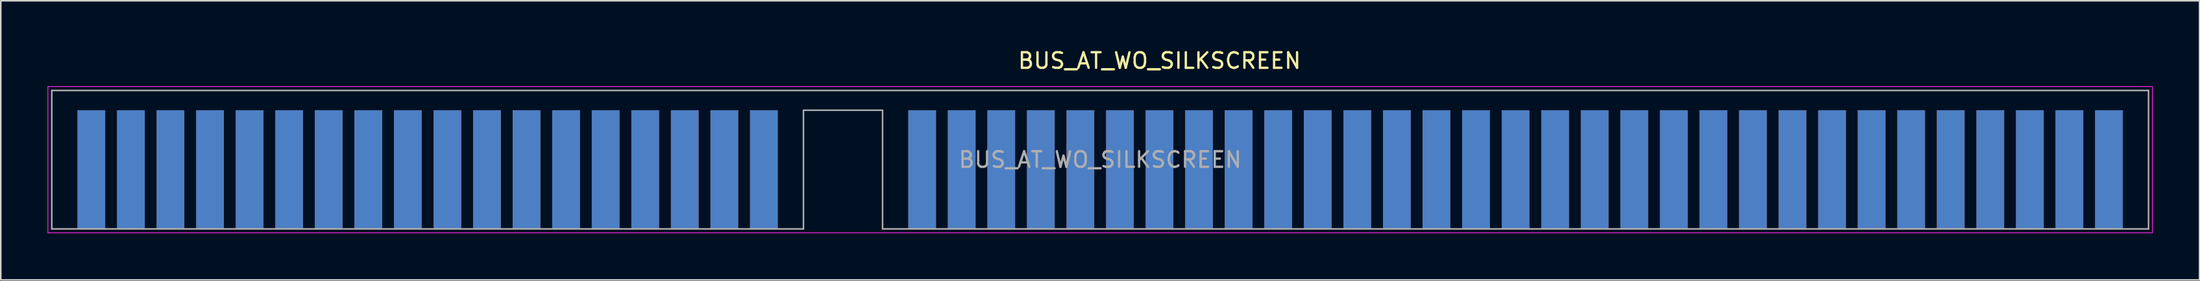
<source format=kicad_pcb>
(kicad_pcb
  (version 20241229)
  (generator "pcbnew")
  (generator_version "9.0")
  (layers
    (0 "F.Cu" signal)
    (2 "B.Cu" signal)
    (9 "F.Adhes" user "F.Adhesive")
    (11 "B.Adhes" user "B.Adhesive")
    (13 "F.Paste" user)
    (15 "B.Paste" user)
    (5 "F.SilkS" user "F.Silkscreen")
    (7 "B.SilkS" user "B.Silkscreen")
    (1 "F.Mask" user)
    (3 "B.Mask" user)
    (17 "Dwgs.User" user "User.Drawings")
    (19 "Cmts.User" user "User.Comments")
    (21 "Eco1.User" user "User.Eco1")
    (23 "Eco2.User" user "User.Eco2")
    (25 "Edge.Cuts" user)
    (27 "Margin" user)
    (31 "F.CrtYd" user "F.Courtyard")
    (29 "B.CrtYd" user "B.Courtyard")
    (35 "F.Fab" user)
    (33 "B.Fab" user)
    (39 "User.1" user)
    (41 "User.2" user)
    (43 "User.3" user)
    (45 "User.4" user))
  (footprint "BUS_AT_WO_SILKSCREEN"
    (layer "F.Cu")
    (at 132.355 7.838)
    (property "Reference" "BUS_AT_WO_SILKSCREEN" (at -60.96 -6.99 0) (layer "F.SilkS") (effects (font (size 1 1) (thickness 0.15))))
    (attr exclude_from_pos_files exclude_from_bom)
    (fp_line (start -132.33 -5.33) (end -132.33 4.06) (stroke (width 0.05) (type solid)) (layer "F.CrtYd"))
    (fp_line (start -132.33 -5.33) (end 2.79 -5.33) (stroke (width 0.05) (type solid)) (layer "F.CrtYd"))
    (fp_line (start 2.79 4.06) (end -132.33 4.06) (stroke (width 0.05) (type solid)) (layer "F.CrtYd"))
    (fp_line (start 2.79 4.06) (end 2.79 -5.33) (stroke (width 0.05) (type solid)) (layer "F.CrtYd"))
    (fp_line (start -132.08 -5.08) (end 2.54 -5.08) (stroke (width 0.1) (type solid)) (layer "F.Fab"))
    (fp_line (start -132.08 3.81) (end -132.08 -5.08) (stroke (width 0.1) (type solid)) (layer "F.Fab"))
    (fp_line (start -83.82 -3.81) (end -83.82 3.81) (stroke (width 0.1) (type solid)) (layer "F.Fab"))
    (fp_line (start -83.82 3.81) (end -132.08 3.81) (stroke (width 0.1) (type solid)) (layer "F.Fab"))
    (fp_line (start -78.74 -3.81) (end -83.82 -3.81) (stroke (width 0.1) (type solid)) (layer "F.Fab"))
    (fp_line (start -78.74 3.81) (end -78.74 -3.81) (stroke (width 0.1) (type solid)) (layer "F.Fab"))
    (fp_line (start 2.54 -5.08) (end 2.54 3.81) (stroke (width 0.1) (type solid)) (layer "F.Fab"))
    (fp_line (start 2.54 3.81) (end -78.74 3.81) (stroke (width 0.1) (type solid)) (layer "F.Fab"))
    (fp_text user "${REFERENCE}" (at -64.77 -0.635 0) (layer "F.Fab") (effects (font (size 1 1) (thickness 0.15))))
    (pad "1" connect rect (at 0 0) (size 1.78 7.62) (layers "B.Cu" "B.Mask"))
    (pad "2" connect rect (at -2.54 0) (size 1.78 7.62) (layers "B.Cu" "B.Mask"))
    (pad "3" connect rect (at -5.08 0) (size 1.78 7.62) (layers "B.Cu" "B.Mask"))
    (pad "4" connect rect (at -7.62 0) (size 1.78 7.62) (layers "B.Cu" "B.Mask"))
    (pad "5" connect rect (at -10.16 0) (size 1.78 7.62) (layers "B.Cu" "B.Mask"))
    (pad "6" connect rect (at -12.7 0) (size 1.78 7.62) (layers "B.Cu" "B.Mask"))
    (pad "7" connect rect (at -15.24 0) (size 1.78 7.62) (layers "B.Cu" "B.Mask"))
    (pad "8" connect rect (at -17.78 0) (size 1.78 7.62) (layers "B.Cu" "B.Mask"))
    (pad "9" connect rect (at -20.32 0) (size 1.78 7.62) (layers "B.Cu" "B.Mask"))
    (pad "10" connect rect (at -22.86 0) (size 1.78 7.62) (layers "B.Cu" "B.Mask"))
    (pad "11" connect rect (at -25.4 0) (size 1.78 7.62) (layers "B.Cu" "B.Mask"))
    (pad "12" connect rect (at -27.94 0) (size 1.78 7.62) (layers "B.Cu" "B.Mask"))
    (pad "13" connect rect (at -30.48 0) (size 1.78 7.62) (layers "B.Cu" "B.Mask"))
    (pad "14" connect rect (at -33.02 0) (size 1.78 7.62) (layers "B.Cu" "B.Mask"))
    (pad "15" connect rect (at -35.56 0) (size 1.78 7.62) (layers "B.Cu" "B.Mask"))
    (pad "16" connect rect (at -38.1 0) (size 1.78 7.62) (layers "B.Cu" "B.Mask"))
    (pad "17" connect rect (at -40.64 0) (size 1.78 7.62) (layers "B.Cu" "B.Mask"))
    (pad "18" connect rect (at -43.18 0) (size 1.78 7.62) (layers "B.Cu" "B.Mask"))
    (pad "19" connect rect (at -45.72 0) (size 1.78 7.62) (layers "B.Cu" "B.Mask"))
    (pad "20" connect rect (at -48.26 0) (size 1.78 7.62) (layers "B.Cu" "B.Mask"))
    (pad "21" connect rect (at -50.8 0) (size 1.78 7.62) (layers "B.Cu" "B.Mask"))
    (pad "22" connect rect (at -53.34 0) (size 1.78 7.62) (layers "B.Cu" "B.Mask"))
    (pad "23" connect rect (at -55.88 0) (size 1.78 7.62) (layers "B.Cu" "B.Mask"))
    (pad "24" connect rect (at -58.42 0) (size 1.78 7.62) (layers "B.Cu" "B.Mask"))
    (pad "25" connect rect (at -60.96 0) (size 1.78 7.62) (layers "B.Cu" "B.Mask"))
    (pad "26" connect rect (at -63.5 0) (size 1.78 7.62) (layers "B.Cu" "B.Mask"))
    (pad "27" connect rect (at -66.04 0) (size 1.78 7.62) (layers "B.Cu" "B.Mask"))
    (pad "28" connect rect (at -68.58 0) (size 1.78 7.62) (layers "B.Cu" "B.Mask"))
    (pad "29" connect rect (at -71.12 0) (size 1.78 7.62) (layers "B.Cu" "B.Mask"))
    (pad "30" connect rect (at -73.66 0) (size 1.78 7.62) (layers "B.Cu" "B.Mask"))
    (pad "31" connect rect (at -76.2 0) (size 1.78 7.62) (layers "B.Cu" "B.Mask"))
    (pad "32" connect rect (at 0 0) (size 1.78 7.62) (layers "F.Cu" "F.Mask"))
    (pad "33" connect rect (at -2.54 0) (size 1.78 7.62) (layers "F.Cu" "F.Mask"))
    (pad "34" connect rect (at -5.08 0) (size 1.78 7.62) (layers "F.Cu" "F.Mask"))
    (pad "35" connect rect (at -7.62 0) (size 1.78 7.62) (layers "F.Cu" "F.Mask"))
    (pad "36" connect rect (at -10.16 0) (size 1.78 7.62) (layers "F.Cu" "F.Mask"))
    (pad "37" connect rect (at -12.7 0) (size 1.78 7.62) (layers "F.Cu" "F.Mask"))
    (pad "38" connect rect (at -15.24 0) (size 1.78 7.62) (layers "F.Cu" "F.Mask"))
    (pad "39" connect rect (at -17.78 0) (size 1.78 7.62) (layers "F.Cu" "F.Mask"))
    (pad "40" connect rect (at -20.32 0) (size 1.78 7.62) (layers "F.Cu" "F.Mask"))
    (pad "41" connect rect (at -22.86 0) (size 1.78 7.62) (layers "F.Cu" "F.Mask"))
    (pad "42" connect rect (at -25.4 0) (size 1.78 7.62) (layers "F.Cu" "F.Mask"))
    (pad "43" connect rect (at -27.94 0) (size 1.78 7.62) (layers "F.Cu" "F.Mask"))
    (pad "44" connect rect (at -30.48 0) (size 1.78 7.62) (layers "F.Cu" "F.Mask"))
    (pad "45" connect rect (at -33.02 0) (size 1.78 7.62) (layers "F.Cu" "F.Mask"))
    (pad "46" connect rect (at -35.56 0) (size 1.78 7.62) (layers "F.Cu" "F.Mask"))
    (pad "47" connect rect (at -38.1 0) (size 1.78 7.62) (layers "F.Cu" "F.Mask"))
    (pad "48" connect rect (at -40.64 0) (size 1.78 7.62) (layers "F.Cu" "F.Mask"))
    (pad "49" connect rect (at -43.18 0) (size 1.78 7.62) (layers "F.Cu" "F.Mask"))
    (pad "50" connect rect (at -45.72 0) (size 1.78 7.62) (layers "F.Cu" "F.Mask"))
    (pad "51" connect rect (at -48.26 0) (size 1.78 7.62) (layers "F.Cu" "F.Mask"))
    (pad "52" connect rect (at -50.8 0) (size 1.78 7.62) (layers "F.Cu" "F.Mask"))
    (pad "53" connect rect (at -53.34 0) (size 1.78 7.62) (layers "F.Cu" "F.Mask"))
    (pad "54" connect rect (at -55.88 0) (size 1.78 7.62) (layers "F.Cu" "F.Mask"))
    (pad "55" connect rect (at -58.42 0) (size 1.78 7.62) (layers "F.Cu" "F.Mask"))
    (pad "56" connect rect (at -60.96 0) (size 1.78 7.62) (layers "F.Cu" "F.Mask"))
    (pad "57" connect rect (at -63.5 0) (size 1.78 7.62) (layers "F.Cu" "F.Mask"))
    (pad "58" connect rect (at -66.04 0) (size 1.78 7.62) (layers "F.Cu" "F.Mask"))
    (pad "59" connect rect (at -68.58 0) (size 1.78 7.62) (layers "F.Cu" "F.Mask"))
    (pad "60" connect rect (at -71.12 0) (size 1.78 7.62) (layers "F.Cu" "F.Mask"))
    (pad "61" connect rect (at -73.66 0) (size 1.78 7.62) (layers "F.Cu" "F.Mask"))
    (pad "62" connect rect (at -76.2 0) (size 1.78 7.62) (layers "F.Cu" "F.Mask"))
    (pad "63" connect rect (at -86.36 0) (size 1.78 7.62) (layers "B.Cu" "B.Mask"))
    (pad "64" connect rect (at -88.9 0) (size 1.78 7.62) (layers "B.Cu" "B.Mask"))
    (pad "65" connect rect (at -91.44 0) (size 1.78 7.62) (layers "B.Cu" "B.Mask"))
    (pad "66" connect rect (at -93.98 0) (size 1.78 7.62) (layers "B.Cu" "B.Mask"))
    (pad "67" connect rect (at -96.52 0) (size 1.78 7.62) (layers "B.Cu" "B.Mask"))
    (pad "68" connect rect (at -99.06 0) (size 1.78 7.62) (layers "B.Cu" "B.Mask"))
    (pad "69" connect rect (at -101.6 0) (size 1.78 7.62) (layers "B.Cu" "B.Mask"))
    (pad "70" connect rect (at -104.14 0) (size 1.78 7.62) (layers "B.Cu" "B.Mask"))
    (pad "71" connect rect (at -106.68 0) (size 1.78 7.62) (layers "B.Cu" "B.Mask"))
    (pad "72" connect rect (at -109.22 0) (size 1.78 7.62) (layers "B.Cu" "B.Mask"))
    (pad "73" connect rect (at -111.76 0) (size 1.78 7.62) (layers "B.Cu" "B.Mask"))
    (pad "74" connect rect (at -114.3 0) (size 1.78 7.62) (layers "B.Cu" "B.Mask"))
    (pad "75" connect rect (at -116.84 0) (size 1.78 7.62) (layers "B.Cu" "B.Mask"))
    (pad "76" connect rect (at -119.38 0) (size 1.78 7.62) (layers "B.Cu" "B.Mask"))
    (pad "77" connect rect (at -121.92 0) (size 1.78 7.62) (layers "B.Cu" "B.Mask"))
    (pad "78" connect rect (at -124.46 0) (size 1.78 7.62) (layers "B.Cu" "B.Mask"))
    (pad "79" connect rect (at -127 0) (size 1.78 7.62) (layers "B.Cu" "B.Mask"))
    (pad "80" connect rect (at -129.54 0) (size 1.78 7.62) (layers "B.Cu" "B.Mask"))
    (pad "81" connect rect (at -86.36 0) (size 1.78 7.62) (layers "F.Cu" "F.Mask"))
    (pad "82" connect rect (at -88.9 0) (size 1.78 7.62) (layers "F.Cu" "F.Mask"))
    (pad "83" connect rect (at -91.44 0) (size 1.78 7.62) (layers "F.Cu" "F.Mask"))
    (pad "84" connect rect (at -93.98 0) (size 1.78 7.62) (layers "F.Cu" "F.Mask"))
    (pad "85" connect rect (at -96.52 0) (size 1.78 7.62) (layers "F.Cu" "F.Mask"))
    (pad "86" connect rect (at -99.06 0) (size 1.78 7.62) (layers "F.Cu" "F.Mask"))
    (pad "87" connect rect (at -101.6 0) (size 1.78 7.62) (layers "F.Cu" "F.Mask"))
    (pad "88" connect rect (at -104.14 0) (size 1.78 7.62) (layers "F.Cu" "F.Mask"))
    (pad "89" connect rect (at -106.68 0) (size 1.78 7.62) (layers "F.Cu" "F.Mask"))
    (pad "90" connect rect (at -109.22 0) (size 1.78 7.62) (layers "F.Cu" "F.Mask"))
    (pad "91" connect rect (at -111.76 0) (size 1.78 7.62) (layers "F.Cu" "F.Mask"))
    (pad "92" connect rect (at -114.3 0) (size 1.78 7.62) (layers "F.Cu" "F.Mask"))
    (pad "93" connect rect (at -116.84 0) (size 1.78 7.62) (layers "F.Cu" "F.Mask"))
    (pad "94" connect rect (at -119.38 0) (size 1.78 7.62) (layers "F.Cu" "F.Mask"))
    (pad "95" connect rect (at -121.92 0) (size 1.78 7.62) (layers "F.Cu" "F.Mask"))
    (pad "96" connect rect (at -124.46 0) (size 1.78 7.62) (layers "F.Cu" "F.Mask"))
    (pad "97" connect rect (at -127 0) (size 1.78 7.62) (layers "F.Cu" "F.Mask"))
    (pad "98" connect rect (at -129.54 0) (size 1.78 7.62) (layers "F.Cu" "F.Mask")))
  (gr_rect
    (start -3 -3)
    (end 138.17 14.923)
    (stroke (width 0.1) (type default))
    (fill no)
    (layer "Edge.Cuts")))
</source>
